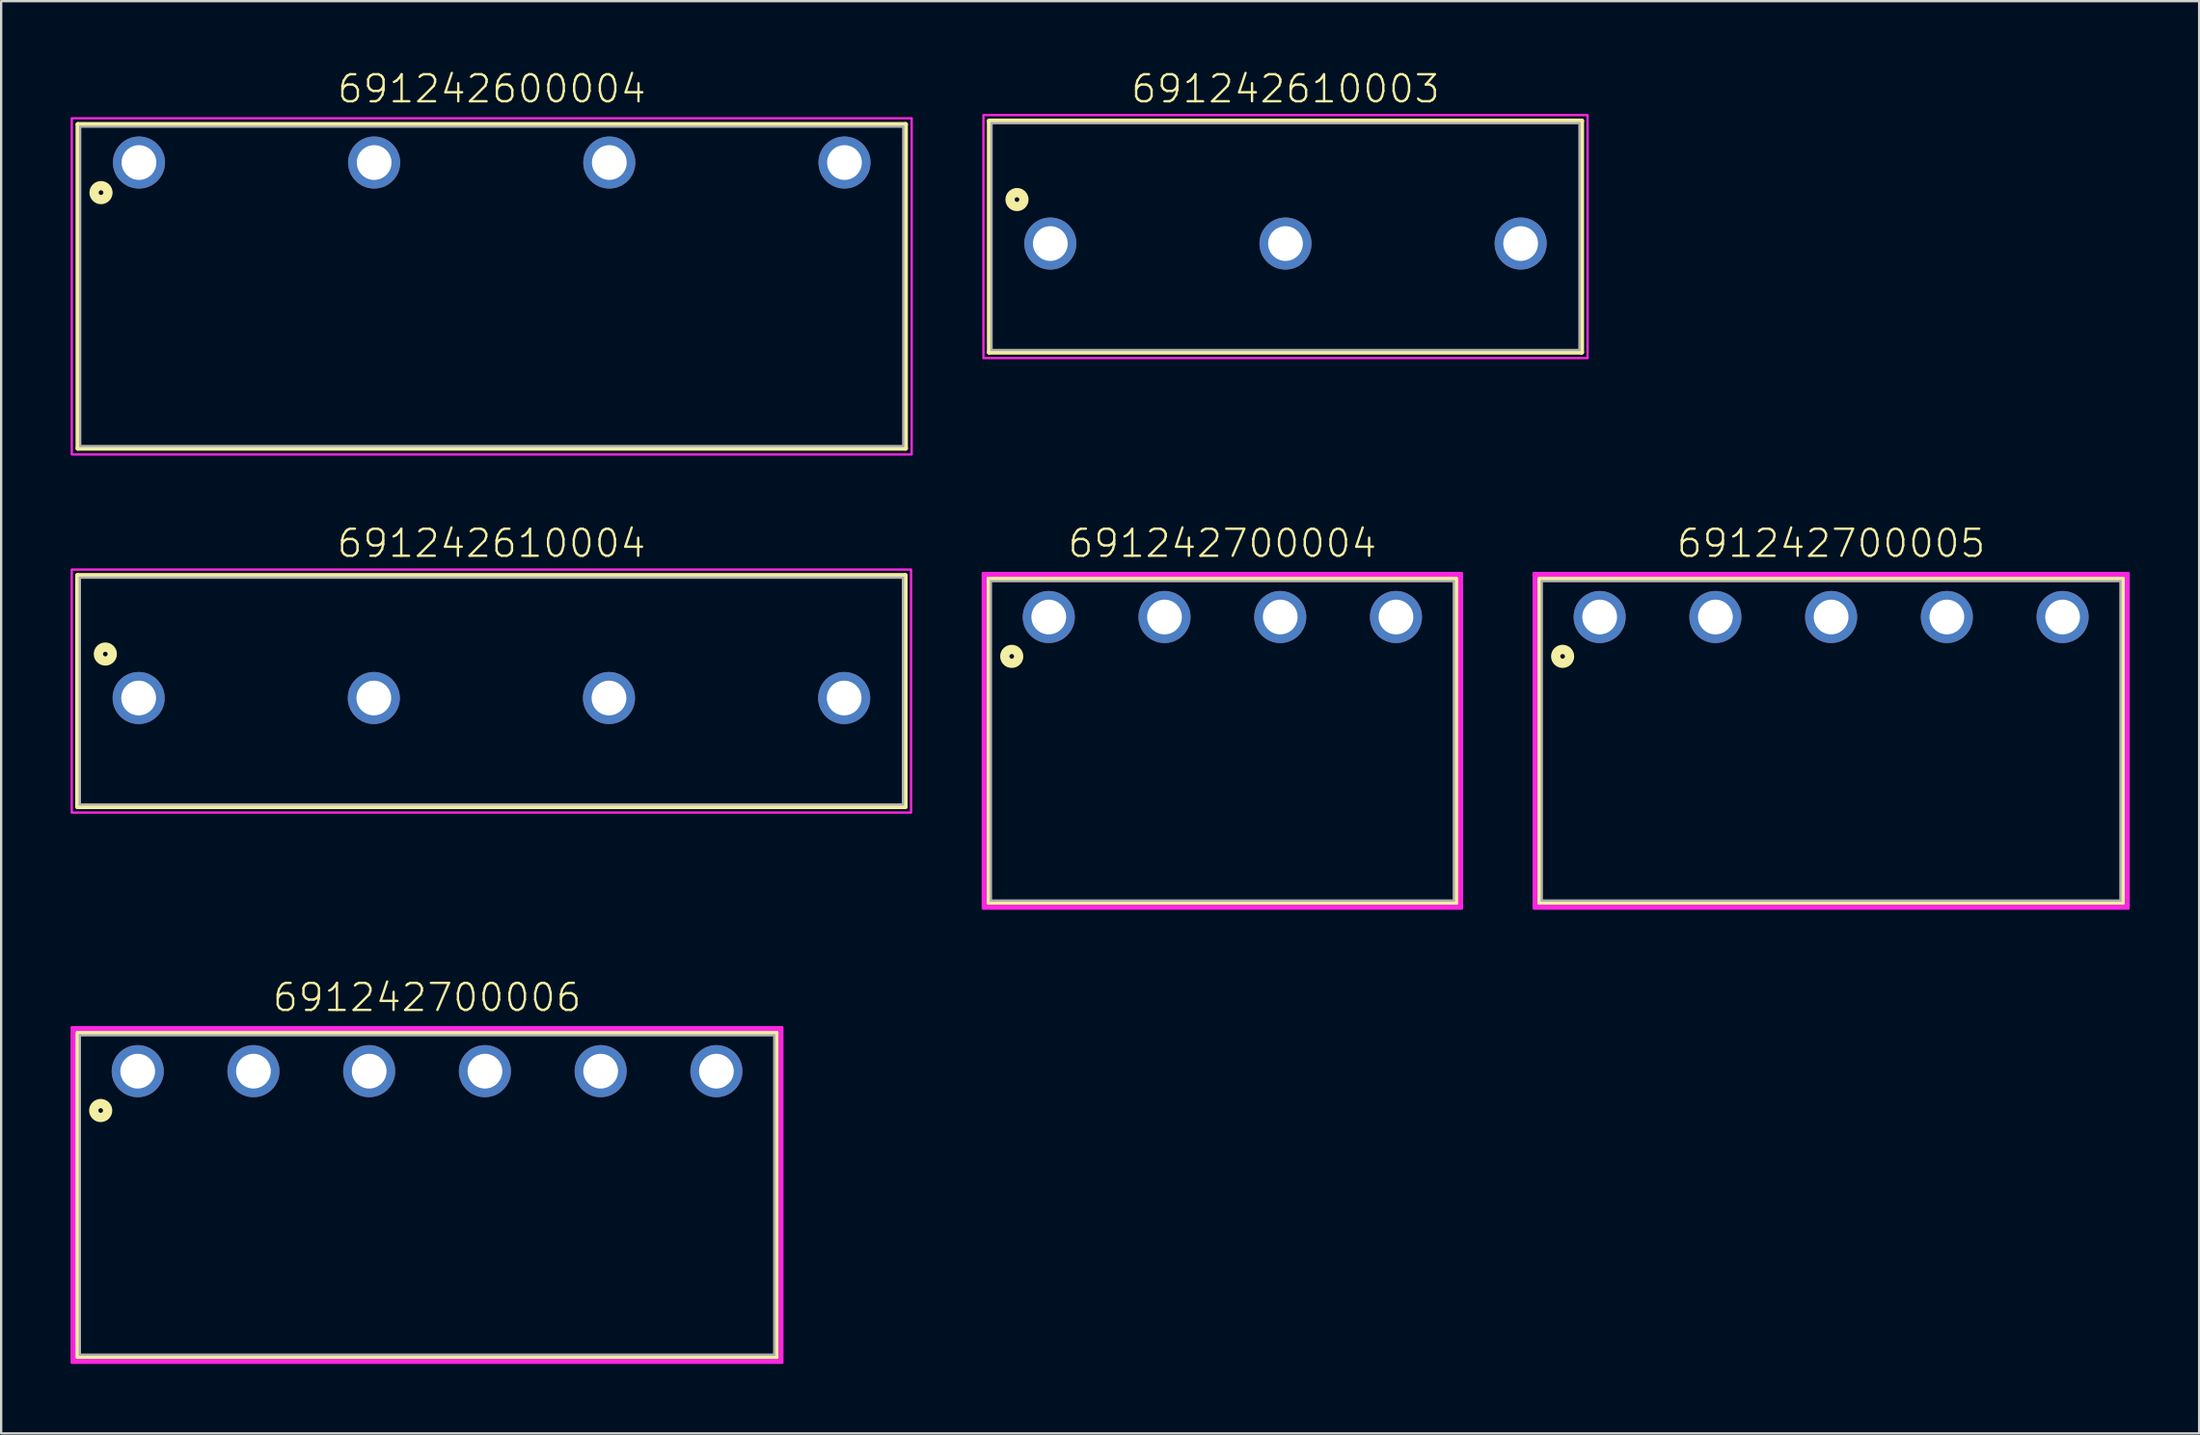
<source format=kicad_pcb>
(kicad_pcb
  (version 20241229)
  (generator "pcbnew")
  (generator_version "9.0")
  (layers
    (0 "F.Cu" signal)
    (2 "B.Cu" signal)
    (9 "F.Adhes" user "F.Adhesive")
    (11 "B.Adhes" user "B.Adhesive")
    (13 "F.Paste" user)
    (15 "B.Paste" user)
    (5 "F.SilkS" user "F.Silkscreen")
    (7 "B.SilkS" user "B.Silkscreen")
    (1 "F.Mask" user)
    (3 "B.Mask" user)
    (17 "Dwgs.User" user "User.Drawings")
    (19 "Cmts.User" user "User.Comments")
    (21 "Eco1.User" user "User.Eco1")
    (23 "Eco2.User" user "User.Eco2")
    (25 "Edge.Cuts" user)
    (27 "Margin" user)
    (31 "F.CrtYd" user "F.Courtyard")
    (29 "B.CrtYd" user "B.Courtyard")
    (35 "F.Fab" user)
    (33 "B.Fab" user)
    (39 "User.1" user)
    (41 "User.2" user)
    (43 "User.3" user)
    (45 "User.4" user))
  (footprint "691242700004"
    (layer "F.Cu")
    (at 49.76 23.61)
    (property "Reference" "691242700004" (at 0 -2.5 0) (unlocked yes) (layer "F.SilkS") (effects (font (size 1.168 1.168) (thickness 0.102)) (justify bottom)))
    (fp_line (start -10.1 -1.65) (end 10.1 -1.65) (stroke (width 0.2) (type solid)) (layer "F.SilkS"))
    (fp_line (start -10.1 12.35) (end -10.1 -1.65) (stroke (width 0.2) (type solid)) (layer "F.SilkS"))
    (fp_line (start 10.1 -1.65) (end 10.1 12.35) (stroke (width 0.2) (type solid)) (layer "F.SilkS"))
    (fp_line (start 10.1 12.35) (end -10.1 12.35) (stroke (width 0.2) (type solid)) (layer "F.SilkS"))
    (fp_circle (center -9.1 1.7) (end -9 1.7) (stroke (width 0.4) (type solid)) (fill no) (layer "F.SilkS"))
    (fp_line (start -10.25 -1.8) (end 10.25 -1.8) (stroke (width 0.127) (type solid)) (layer "F.CrtYd"))
    (fp_line (start -10.25 12.5) (end -10.25 -1.8) (stroke (width 0.127) (type solid)) (layer "F.CrtYd"))
    (fp_line (start 10.25 -1.8) (end 10.25 12.5) (stroke (width 0.127) (type solid)) (layer "F.CrtYd"))
    (fp_line (start 10.25 12.5) (end -10.25 12.5) (stroke (width 0.127) (type solid)) (layer "F.CrtYd"))
    (fp_poly (pts (xy 10.35 12.6) (xy -10.35 12.6) (xy -10.35 -1.9) (xy 10.35 -1.9)) (stroke (width 0.1) (type default)) (fill no) (layer "F.CrtYd"))
    (fp_line (start -10 -1.55) (end 10 -1.55) (stroke (width 0.1) (type solid)) (layer "F.Fab"))
    (fp_line (start -10 12.25) (end -10 -1.55) (stroke (width 0.1) (type solid)) (layer "F.Fab"))
    (fp_line (start 10 -1.55) (end 10 12.25) (stroke (width 0.1) (type solid)) (layer "F.Fab"))
    (fp_line (start 10 12.25) (end -10 12.25) (stroke (width 0.1) (type solid)) (layer "F.Fab"))
    (pad "1" thru_hole circle (at -7.5 0) (size 2.25 2.25) (drill 1.5) (layers "*.Cu" "*.Mask"))
    (pad "2" thru_hole circle (at -2.5 0) (size 2.25 2.25) (drill 1.5) (layers "*.Cu" "*.Mask"))
    (pad "3" thru_hole circle (at 2.5 0) (size 2.25 2.25) (drill 1.5) (layers "*.Cu" "*.Mask"))
    (pad "4" thru_hole circle (at 7.5 0) (size 2.25 2.25) (drill 1.5) (layers "*.Cu" "*.Mask")))
  (footprint "691242700005"
    (layer "F.Cu")
    (at 76.06 23.61)
    (property "Reference" "691242700005" (at 0 -2.5 0) (unlocked yes) (layer "F.SilkS") (effects (font (size 1.168 1.168) (thickness 0.102)) (justify bottom)))
    (fp_line (start -12.6 -1.65) (end 12.6 -1.65) (stroke (width 0.2) (type solid)) (layer "F.SilkS"))
    (fp_line (start -12.6 12.35) (end -12.6 -1.65) (stroke (width 0.2) (type solid)) (layer "F.SilkS"))
    (fp_line (start 12.6 -1.65) (end 12.6 12.35) (stroke (width 0.2) (type solid)) (layer "F.SilkS"))
    (fp_line (start 12.6 12.35) (end -12.6 12.35) (stroke (width 0.2) (type solid)) (layer "F.SilkS"))
    (fp_circle (center -11.6 1.7) (end -11.5 1.7) (stroke (width 0.4) (type solid)) (fill no) (layer "F.SilkS"))
    (fp_line (start -12.75 -1.8) (end 12.75 -1.8) (stroke (width 0.127) (type solid)) (layer "F.CrtYd"))
    (fp_line (start -12.75 12.5) (end -12.75 -1.8) (stroke (width 0.127) (type solid)) (layer "F.CrtYd"))
    (fp_line (start 12.75 -1.8) (end 12.75 12.5) (stroke (width 0.127) (type solid)) (layer "F.CrtYd"))
    (fp_line (start 12.75 12.5) (end -12.75 12.5) (stroke (width 0.127) (type solid)) (layer "F.CrtYd"))
    (fp_poly (pts (xy 12.85 12.6) (xy -12.85 12.6) (xy -12.85 -1.9) (xy 12.85 -1.9)) (stroke (width 0.1) (type default)) (fill no) (layer "F.CrtYd"))
    (fp_line (start -12.5 -1.55) (end 12.5 -1.55) (stroke (width 0.1) (type solid)) (layer "F.Fab"))
    (fp_line (start -12.5 12.25) (end -12.5 -1.55) (stroke (width 0.1) (type solid)) (layer "F.Fab"))
    (fp_line (start 12.5 -1.55) (end 12.5 12.25) (stroke (width 0.1) (type solid)) (layer "F.Fab"))
    (fp_line (start 12.5 12.25) (end -12.5 12.25) (stroke (width 0.1) (type solid)) (layer "F.Fab"))
    (pad "1" thru_hole circle (at -10 0) (size 2.25 2.25) (drill 1.5) (layers "*.Cu" "*.Mask"))
    (pad "2" thru_hole circle (at -5 0) (size 2.25 2.25) (drill 1.5) (layers "*.Cu" "*.Mask"))
    (pad "3" thru_hole circle (at 0 0) (size 2.25 2.25) (drill 1.5) (layers "*.Cu" "*.Mask"))
    (pad "4" thru_hole circle (at 5 0) (size 2.25 2.25) (drill 1.5) (layers "*.Cu" "*.Mask"))
    (pad "5" thru_hole circle (at 10 0) (size 2.25 2.25) (drill 1.5) (layers "*.Cu" "*.Mask")))
  (footprint "691242610004"
    (layer "F.Cu")
    (at 18.18 27.11)
    (property "Reference" "691242610004" (at 0 -6 0) (unlocked yes) (layer "F.SilkS") (effects (font (size 1.168 1.168) (thickness 0.102)) (justify bottom)))
    (fp_line (start -17.88 -5.3) (end 17.88 -5.3) (stroke (width 0.2) (type solid)) (layer "F.SilkS"))
    (fp_line (start -17.88 4.7) (end -17.88 -5.3) (stroke (width 0.2) (type solid)) (layer "F.SilkS"))
    (fp_line (start 17.88 -5.3) (end 17.88 4.7) (stroke (width 0.2) (type solid)) (layer "F.SilkS"))
    (fp_line (start 17.88 4.7) (end -17.88 4.7) (stroke (width 0.2) (type solid)) (layer "F.SilkS"))
    (fp_circle (center -16.68 -1.9) (end -16.58 -1.9) (stroke (width 0.4) (type solid)) (fill no) (layer "F.SilkS"))
    (fp_poly (pts (xy 18.13 4.95) (xy -18.13 4.95) (xy -18.13 -5.55) (xy 18.13 -5.55)) (stroke (width 0.1) (type default)) (fill no) (layer "F.CrtYd"))
    (fp_line (start -17.78 -5.2) (end -17.78 4.6) (stroke (width 0.1) (type solid)) (layer "F.Fab"))
    (fp_line (start -17.78 -5.2) (end 17.78 -5.2) (stroke (width 0.1) (type solid)) (layer "F.Fab"))
    (fp_line (start 17.78 -5.2) (end 17.78 4.6) (stroke (width 0.1) (type solid)) (layer "F.Fab"))
    (fp_line (start 17.78 4.6) (end -17.78 4.6) (stroke (width 0.1) (type solid)) (layer "F.Fab"))
    (pad "1" thru_hole circle (at -15.24 0) (size 2.25 2.25) (drill 1.5) (layers "*.Cu" "*.Mask"))
    (pad "2" thru_hole circle (at -5.08 0) (size 2.25 2.25) (drill 1.5) (layers "*.Cu" "*.Mask"))
    (pad "3" thru_hole circle (at 5.08 0) (size 2.25 2.25) (drill 1.5) (layers "*.Cu" "*.Mask"))
    (pad "4" thru_hole circle (at 15.24 0) (size 2.25 2.25) (drill 1.5) (layers "*.Cu" "*.Mask")))
  (footprint "691242700006"
    (layer "F.Cu")
    (at 15.4 43.233)
    (property "Reference" "691242700006" (at 0 -2.5 0) (unlocked yes) (layer "F.SilkS") (effects (font (size 1.168 1.168) (thickness 0.102)) (justify bottom)))
    (fp_line (start -15.1 -1.65) (end 15.1 -1.65) (stroke (width 0.2) (type solid)) (layer "F.SilkS"))
    (fp_line (start -15.1 12.35) (end -15.1 -1.65) (stroke (width 0.2) (type solid)) (layer "F.SilkS"))
    (fp_line (start 15.1 -1.65) (end 15.1 12.35) (stroke (width 0.2) (type solid)) (layer "F.SilkS"))
    (fp_line (start 15.1 12.35) (end -15.1 12.35) (stroke (width 0.2) (type solid)) (layer "F.SilkS"))
    (fp_circle (center -14.1 1.7) (end -14 1.7) (stroke (width 0.4) (type solid)) (fill no) (layer "F.SilkS"))
    (fp_line (start -15.25 -1.8) (end 15.25 -1.8) (stroke (width 0.127) (type solid)) (layer "F.CrtYd"))
    (fp_line (start -15.25 12.5) (end -15.25 -1.8) (stroke (width 0.127) (type solid)) (layer "F.CrtYd"))
    (fp_line (start 15.25 -1.8) (end 15.25 12.5) (stroke (width 0.127) (type solid)) (layer "F.CrtYd"))
    (fp_line (start 15.25 12.5) (end -15.25 12.5) (stroke (width 0.127) (type solid)) (layer "F.CrtYd"))
    (fp_poly (pts (xy 15.35 12.6) (xy -15.35 12.6) (xy -15.35 -1.9) (xy 15.35 -1.9)) (stroke (width 0.1) (type default)) (fill no) (layer "F.CrtYd"))
    (fp_line (start -15 -1.55) (end 15 -1.55) (stroke (width 0.1) (type solid)) (layer "F.Fab"))
    (fp_line (start -15 12.25) (end -15 -1.55) (stroke (width 0.1) (type solid)) (layer "F.Fab"))
    (fp_line (start 15 -1.55) (end 15 12.25) (stroke (width 0.1) (type solid)) (layer "F.Fab"))
    (fp_line (start 15 12.25) (end -15 12.25) (stroke (width 0.1) (type solid)) (layer "F.Fab"))
    (pad "1" thru_hole circle (at -12.5 0) (size 2.25 2.25) (drill 1.5) (layers "*.Cu" "*.Mask"))
    (pad "2" thru_hole circle (at -7.5 0) (size 2.25 2.25) (drill 1.5) (layers "*.Cu" "*.Mask"))
    (pad "3" thru_hole circle (at -2.5 0) (size 2.25 2.25) (drill 1.5) (layers "*.Cu" "*.Mask"))
    (pad "4" thru_hole circle (at 2.5 0) (size 2.25 2.25) (drill 1.5) (layers "*.Cu" "*.Mask"))
    (pad "5" thru_hole circle (at 7.5 0) (size 2.25 2.25) (drill 1.5) (layers "*.Cu" "*.Mask"))
    (pad "6" thru_hole circle (at 12.5 0) (size 2.25 2.25) (drill 1.5) (layers "*.Cu" "*.Mask")))
  (footprint "691242600004"
    (layer "F.Cu")
    (at 18.194 3.973)
    (property "Reference" "691242600004" (at 0 -2.5 0) (unlocked yes) (layer "F.SilkS") (effects (font (size 1.168 1.168) (thickness 0.102)) (justify bottom)))
    (fp_line (start -17.88 -1.65) (end 17.88 -1.65) (stroke (width 0.2) (type solid)) (layer "F.SilkS"))
    (fp_line (start -17.88 12.35) (end -17.88 -1.65) (stroke (width 0.2) (type solid)) (layer "F.SilkS"))
    (fp_line (start 17.88 -1.65) (end 17.88 12.35) (stroke (width 0.2) (type solid)) (layer "F.SilkS"))
    (fp_line (start 17.88 12.35) (end -17.88 12.35) (stroke (width 0.2) (type solid)) (layer "F.SilkS"))
    (fp_circle (center -16.88 1.3) (end -16.78 1.3) (stroke (width 0.4) (type solid)) (fill no) (layer "F.SilkS"))
    (fp_poly (pts (xy 18.143 12.614) (xy -18.143 12.614) (xy -18.143 -1.913) (xy 18.143 -1.913)) (stroke (width 0.1) (type default)) (fill no) (layer "F.CrtYd"))
    (fp_line (start -17.78 -1.55) (end 17.78 -1.55) (stroke (width 0.1) (type solid)) (layer "F.Fab"))
    (fp_line (start -17.78 12.25) (end -17.78 -1.55) (stroke (width 0.1) (type solid)) (layer "F.Fab"))
    (fp_line (start 17.78 -1.55) (end 17.78 12.25) (stroke (width 0.1) (type solid)) (layer "F.Fab"))
    (fp_line (start 17.78 12.25) (end -17.78 12.25) (stroke (width 0.1) (type solid)) (layer "F.Fab"))
    (pad "1" thru_hole circle (at -15.24 0) (size 2.25 2.25) (drill 1.5) (layers "*.Cu" "*.Mask"))
    (pad "2" thru_hole circle (at -5.08 0) (size 2.25 2.25) (drill 1.5) (layers "*.Cu" "*.Mask"))
    (pad "3" thru_hole circle (at 5.08 0) (size 2.25 2.25) (drill 1.5) (layers "*.Cu" "*.Mask"))
    (pad "4" thru_hole circle (at 15.24 0) (size 2.25 2.25) (drill 1.5) (layers "*.Cu" "*.Mask")))
  (footprint "691242610003"
    (layer "F.Cu")
    (at 52.487 7.473)
    (property "Reference" "691242610003" (at 0 -6 0) (unlocked yes) (layer "F.SilkS") (effects (font (size 1.168 1.168) (thickness 0.102)) (justify bottom)))
    (fp_line (start -12.8 -5.3) (end 12.8 -5.3) (stroke (width 0.2) (type solid)) (layer "F.SilkS"))
    (fp_line (start -12.8 4.7) (end -12.8 -5.3) (stroke (width 0.2) (type solid)) (layer "F.SilkS"))
    (fp_line (start 12.8 -5.3) (end 12.8 4.7) (stroke (width 0.2) (type solid)) (layer "F.SilkS"))
    (fp_line (start 12.8 4.7) (end -12.8 4.7) (stroke (width 0.2) (type solid)) (layer "F.SilkS"))
    (fp_circle (center -11.6 -1.9) (end -11.5 -1.9) (stroke (width 0.4) (type solid)) (fill no) (layer "F.SilkS"))
    (fp_poly (pts (xy 13.05 4.95) (xy -13.05 4.95) (xy -13.05 -5.55) (xy 13.05 -5.55)) (stroke (width 0.1) (type default)) (fill no) (layer "F.CrtYd"))
    (fp_line (start -12.7 -5.2) (end -12.7 4.6) (stroke (width 0.1) (type solid)) (layer "F.Fab"))
    (fp_line (start -12.7 -5.2) (end 12.7 -5.2) (stroke (width 0.1) (type solid)) (layer "F.Fab"))
    (fp_line (start 12.7 -5.2) (end 12.7 4.6) (stroke (width 0.1) (type solid)) (layer "F.Fab"))
    (fp_line (start 12.7 4.6) (end -12.7 4.6) (stroke (width 0.1) (type solid)) (layer "F.Fab"))
    (pad "1" thru_hole circle (at -10.16 0) (size 2.25 2.25) (drill 1.5) (layers "*.Cu" "*.Mask"))
    (pad "2" thru_hole circle (at 0 0) (size 2.25 2.25) (drill 1.5) (layers "*.Cu" "*.Mask"))
    (pad "3" thru_hole circle (at 10.16 0) (size 2.25 2.25) (drill 1.5) (layers "*.Cu" "*.Mask")))
  (gr_rect
    (start -3 -3)
    (end 91.96 58.883)
    (stroke (width 0.1) (type default))
    (fill no)
    (layer "Edge.Cuts")))
</source>
